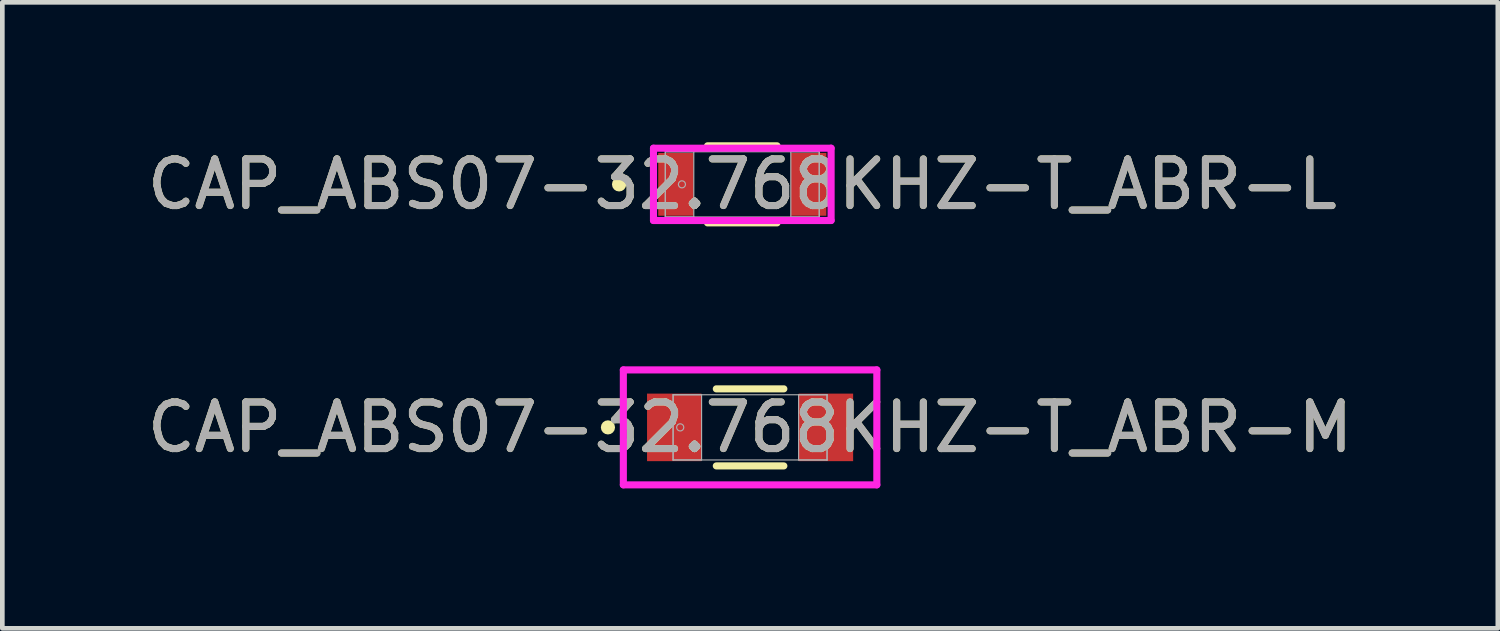
<source format=kicad_pcb>
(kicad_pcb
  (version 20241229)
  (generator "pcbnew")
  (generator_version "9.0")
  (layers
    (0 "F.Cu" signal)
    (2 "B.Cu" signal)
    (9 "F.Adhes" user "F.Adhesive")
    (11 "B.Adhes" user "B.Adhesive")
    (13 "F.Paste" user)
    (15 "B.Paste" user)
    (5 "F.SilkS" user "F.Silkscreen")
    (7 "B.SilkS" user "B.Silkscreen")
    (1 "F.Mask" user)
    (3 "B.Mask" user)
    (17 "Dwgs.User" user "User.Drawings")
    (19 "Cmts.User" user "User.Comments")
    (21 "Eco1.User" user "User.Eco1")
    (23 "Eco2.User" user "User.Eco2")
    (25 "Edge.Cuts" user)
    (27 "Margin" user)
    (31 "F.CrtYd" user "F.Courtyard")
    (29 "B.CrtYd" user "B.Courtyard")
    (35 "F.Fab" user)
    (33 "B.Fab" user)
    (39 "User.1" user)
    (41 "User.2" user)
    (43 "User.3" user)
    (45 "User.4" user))
  (footprint "CAP_ABS07-32.768KHZ-T_ABR-M"
    (layer "F.Cu")
    (at 13.03 6.112)
    (property "Reference" "CAP_ABS07-32.768KHZ-T_ABR-M" (at 0 0 0) (unlocked yes) (layer "F.SilkS") (effects (font (size 1 1) (thickness 0.15))))
    (attr smd)
    (fp_line (start -0.724 0.826) (end 0.724 0.826) (stroke (width 0.152) (type solid)) (layer "F.SilkS"))
    (fp_line (start 0.724 -0.826) (end -0.724 -0.826) (stroke (width 0.152) (type solid)) (layer "F.SilkS"))
    (fp_circle (center -3.047 0) (end -2.971 0) (stroke (width 0.152) (type solid)) (fill no) (layer "F.SilkS"))
    (fp_line (start -2.717 -1.232) (end 2.717 -1.232) (stroke (width 0.152) (type solid)) (layer "F.CrtYd"))
    (fp_line (start -2.717 1.232) (end -2.717 -1.232) (stroke (width 0.152) (type solid)) (layer "F.CrtYd"))
    (fp_line (start 2.717 -1.232) (end 2.717 1.232) (stroke (width 0.152) (type solid)) (layer "F.CrtYd"))
    (fp_line (start 2.717 1.232) (end -2.717 1.232) (stroke (width 0.152) (type solid)) (layer "F.CrtYd"))
    (fp_line (start -1.65 -0.699) (end -1.65 0.699) (stroke (width 0.025) (type solid)) (layer "F.Fab"))
    (fp_line (start -1.65 -0.699) (end -1.65 0.699) (stroke (width 0.025) (type solid)) (layer "F.Fab"))
    (fp_line (start -1.65 0.699) (end -1.04 0.699) (stroke (width 0.025) (type solid)) (layer "F.Fab"))
    (fp_line (start -1.65 0.699) (end 1.65 0.699) (stroke (width 0.025) (type solid)) (layer "F.Fab"))
    (fp_line (start -1.04 -0.699) (end -1.65 -0.699) (stroke (width 0.025) (type solid)) (layer "F.Fab"))
    (fp_line (start -1.04 0.699) (end -1.04 -0.699) (stroke (width 0.025) (type solid)) (layer "F.Fab"))
    (fp_line (start 1.04 -0.699) (end 1.04 0.699) (stroke (width 0.025) (type solid)) (layer "F.Fab"))
    (fp_line (start 1.04 0.699) (end 1.65 0.699) (stroke (width 0.025) (type solid)) (layer "F.Fab"))
    (fp_line (start 1.65 -0.699) (end -1.65 -0.699) (stroke (width 0.025) (type solid)) (layer "F.Fab"))
    (fp_line (start 1.65 -0.699) (end 1.04 -0.699) (stroke (width 0.025) (type solid)) (layer "F.Fab"))
    (fp_line (start 1.65 0.699) (end 1.65 -0.699) (stroke (width 0.025) (type solid)) (layer "F.Fab"))
    (fp_line (start 1.65 0.699) (end 1.65 -0.699) (stroke (width 0.025) (type solid)) (layer "F.Fab"))
    (fp_circle (center -1.498 0) (end -1.421 0) (stroke (width 0.025) (type solid)) (fill no) (layer "F.Fab"))
    (fp_text user "${REFERENCE}" (at 0 0 0) (unlocked yes) (layer "F.Fab") (effects (font (size 1 1) (thickness 0.15))))
    (pad "1" smd rect (at -1.625 0) (size 1.168 1.448) (layers "F.Cu" "F.Mask" "F.Paste"))
    (pad "2" smd rect (at 1.625 0) (size 1.168 1.448) (layers "F.Cu" "F.Mask" "F.Paste"))
    (zone (net_name "") (layer "F.Cu") (hatch full 0.508) (connect_pads) (min_thickness 0.254) (filled_areas_thickness no) (keepout (tracks not_allowed) (vias not_allowed) (pads allowed) (copperpour not_allowed) (footprints allowed)) (placement (enabled no)) (fill) (polygon (pts (xy 12.04 5.464) (xy 14.019 5.464) (xy 14.019 6.759) (xy 12.04 6.759)))))
  (footprint "CAP_ABS07-32.768KHZ-T_ABR-L"
    (layer "F.Cu")
    (at 12.863 0.902)
    (property "Reference" "CAP_ABS07-32.768KHZ-T_ABR-L" (at 0 0 0) (unlocked yes) (layer "F.SilkS") (effects (font (size 1 1) (thickness 0.15))))
    (attr smd)
    (fp_line (start -0.745 0.826) (end 0.745 0.826) (stroke (width 0.152) (type solid)) (layer "F.SilkS"))
    (fp_line (start 0.745 -0.826) (end -0.745 -0.826) (stroke (width 0.152) (type solid)) (layer "F.SilkS"))
    (fp_circle (center -2.641 0) (end -2.564 0) (stroke (width 0.152) (type solid)) (fill no) (layer "F.SilkS"))
    (fp_line (start -1.904 -0.775) (end 1.904 -0.775) (stroke (width 0.152) (type solid)) (layer "F.CrtYd"))
    (fp_line (start -1.904 0.775) (end -1.904 -0.775) (stroke (width 0.152) (type solid)) (layer "F.CrtYd"))
    (fp_line (start 1.904 -0.775) (end 1.904 0.775) (stroke (width 0.152) (type solid)) (layer "F.CrtYd"))
    (fp_line (start 1.904 0.775) (end -1.904 0.775) (stroke (width 0.152) (type solid)) (layer "F.CrtYd"))
    (fp_line (start -1.65 -0.699) (end -1.65 0.699) (stroke (width 0.025) (type solid)) (layer "F.Fab"))
    (fp_line (start -1.65 -0.699) (end -1.65 0.699) (stroke (width 0.025) (type solid)) (layer "F.Fab"))
    (fp_line (start -1.65 0.699) (end -1.04 0.699) (stroke (width 0.025) (type solid)) (layer "F.Fab"))
    (fp_line (start -1.65 0.699) (end 1.65 0.699) (stroke (width 0.025) (type solid)) (layer "F.Fab"))
    (fp_line (start -1.04 -0.699) (end -1.65 -0.699) (stroke (width 0.025) (type solid)) (layer "F.Fab"))
    (fp_line (start -1.04 0.699) (end -1.04 -0.699) (stroke (width 0.025) (type solid)) (layer "F.Fab"))
    (fp_line (start 1.04 -0.699) (end 1.04 0.699) (stroke (width 0.025) (type solid)) (layer "F.Fab"))
    (fp_line (start 1.04 0.699) (end 1.65 0.699) (stroke (width 0.025) (type solid)) (layer "F.Fab"))
    (fp_line (start 1.65 -0.699) (end -1.65 -0.699) (stroke (width 0.025) (type solid)) (layer "F.Fab"))
    (fp_line (start 1.65 -0.699) (end 1.04 -0.699) (stroke (width 0.025) (type solid)) (layer "F.Fab"))
    (fp_line (start 1.65 0.699) (end 1.65 -0.699) (stroke (width 0.025) (type solid)) (layer "F.Fab"))
    (fp_line (start 1.65 0.699) (end 1.65 -0.699) (stroke (width 0.025) (type solid)) (layer "F.Fab"))
    (fp_circle (center -1.294 0) (end -1.218 0) (stroke (width 0.025) (type solid)) (fill no) (layer "F.Fab"))
    (fp_text user "${REFERENCE}" (at 0 0 0) (unlocked yes) (layer "F.Fab") (effects (font (size 1 1) (thickness 0.15))))
    (pad "1" smd rect (at -1.421 0) (size 0.762 1.346) (layers "F.Cu" "F.Mask" "F.Paste"))
    (pad "2" smd rect (at 1.421 0) (size 0.762 1.346) (layers "F.Cu" "F.Mask" "F.Paste"))
    (zone (net_name "") (layer "F.Cu") (hatch full 0.508) (connect_pads) (min_thickness 0.254) (filled_areas_thickness no) (keepout (tracks not_allowed) (vias not_allowed) (pads allowed) (copperpour not_allowed) (footprints allowed)) (placement (enabled no)) (fill) (polygon (pts (xy 11.873 0.254) (xy 13.853 0.254) (xy 13.853 1.549) (xy 11.873 1.549)))))
  (gr_rect
    (start -3 -3)
    (end 29.06 10.42)
    (stroke (width 0.1) (type default))
    (fill no)
    (layer "Edge.Cuts")))
</source>
